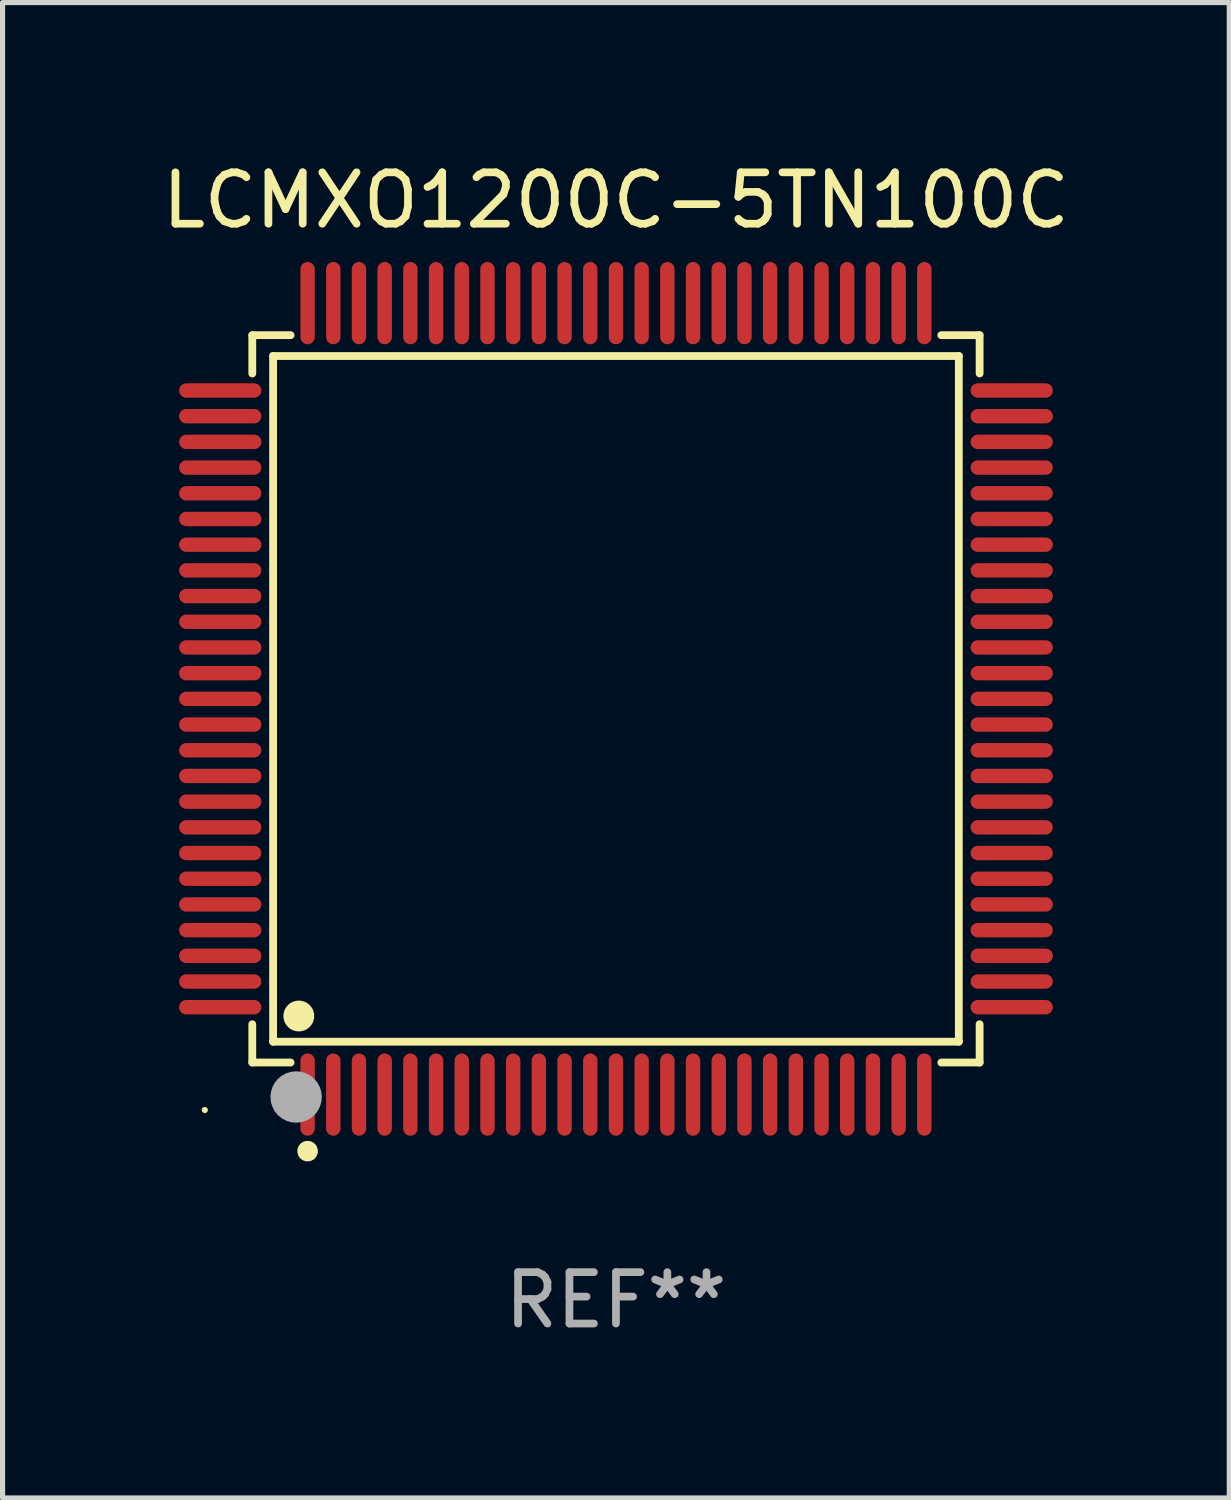
<source format=kicad_pcb>
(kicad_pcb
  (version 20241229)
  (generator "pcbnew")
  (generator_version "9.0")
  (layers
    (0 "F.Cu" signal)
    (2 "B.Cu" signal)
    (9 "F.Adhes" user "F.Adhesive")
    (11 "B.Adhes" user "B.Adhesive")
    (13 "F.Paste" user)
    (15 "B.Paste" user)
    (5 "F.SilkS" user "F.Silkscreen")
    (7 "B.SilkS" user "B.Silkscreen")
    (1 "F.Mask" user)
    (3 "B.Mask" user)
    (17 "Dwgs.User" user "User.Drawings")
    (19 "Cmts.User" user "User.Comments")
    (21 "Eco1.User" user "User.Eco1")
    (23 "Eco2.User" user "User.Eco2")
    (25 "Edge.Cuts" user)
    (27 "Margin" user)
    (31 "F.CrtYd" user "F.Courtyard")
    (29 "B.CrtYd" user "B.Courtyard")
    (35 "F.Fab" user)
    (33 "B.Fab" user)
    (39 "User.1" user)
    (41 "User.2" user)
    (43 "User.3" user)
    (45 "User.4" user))
  (footprint "LCMXO1200C-5TN100C"
    (layer "F.Cu")
    (at 8.935 10.548)
    (property "Reference" "LCMXO1200C-5TN100C" (at 0 -9.7 0) (layer "F.SilkS") (effects (font (size 1 1) (thickness 0.15))))
    (attr through_hole)
    (fp_line (start -7.076 -7.076) (end -6.331 -7.076) (stroke (width 0.152) (type solid)) (layer "F.SilkS"))
    (fp_line (start -7.076 -6.331) (end -7.076 -7.076) (stroke (width 0.152) (type solid)) (layer "F.SilkS"))
    (fp_line (start -7.076 6.331) (end -7.076 7.076) (stroke (width 0.152) (type solid)) (layer "F.SilkS"))
    (fp_line (start -7.076 7.076) (end -6.331 7.076) (stroke (width 0.152) (type solid)) (layer "F.SilkS"))
    (fp_line (start -6.671 -6.671) (end 6.671 -6.671) (stroke (width 0.152) (type solid)) (layer "F.SilkS"))
    (fp_line (start -6.671 6.671) (end -6.671 -6.671) (stroke (width 0.152) (type solid)) (layer "F.SilkS"))
    (fp_line (start 6.671 -6.671) (end 6.671 6.671) (stroke (width 0.152) (type solid)) (layer "F.SilkS"))
    (fp_line (start 6.671 6.671) (end -6.671 6.671) (stroke (width 0.152) (type solid)) (layer "F.SilkS"))
    (fp_line (start 7.076 -7.076) (end 6.331 -7.076) (stroke (width 0.152) (type solid)) (layer "F.SilkS"))
    (fp_line (start 7.076 -6.331) (end 7.076 -7.076) (stroke (width 0.152) (type solid)) (layer "F.SilkS"))
    (fp_line (start 7.076 6.331) (end 7.076 7.076) (stroke (width 0.152) (type solid)) (layer "F.SilkS"))
    (fp_line (start 7.076 7.076) (end 6.331 7.076) (stroke (width 0.152) (type solid)) (layer "F.SilkS"))
    (fp_circle (center -8 8) (end -7.97 8) (stroke (width 0.06) (type solid)) (fill no) (layer "F.SilkS"))
    (fp_circle (center -6.171 6.171) (end -6.021 6.171) (stroke (width 0.3) (type solid)) (fill no) (layer "F.SilkS"))
    (fp_circle (center -6 8.8) (end -5.9 8.8) (stroke (width 0.2) (type solid)) (fill no) (layer "F.SilkS"))
    (fp_circle (center -6.223 7.747) (end -5.973 7.747) (stroke (width 0.5) (type solid)) (fill no) (layer "F.Fab"))
    (fp_text user "REF**" (at 0 11.7 0) (layer "F.Fab") (effects (font (size 1 1) (thickness 0.15))))
    (pad "1" smd oval (at -6 7.7) (size 0.28 1.6) (layers "F.Cu" "F.Mask" "F.Paste"))
    (pad "2" smd oval (at -5.5 7.7) (size 0.28 1.6) (layers "F.Cu" "F.Mask" "F.Paste"))
    (pad "3" smd oval (at -5 7.7) (size 0.28 1.6) (layers "F.Cu" "F.Mask" "F.Paste"))
    (pad "4" smd oval (at -4.5 7.7) (size 0.28 1.6) (layers "F.Cu" "F.Mask" "F.Paste"))
    (pad "5" smd oval (at -4 7.7) (size 0.28 1.6) (layers "F.Cu" "F.Mask" "F.Paste"))
    (pad "6" smd oval (at -3.5 7.7) (size 0.28 1.6) (layers "F.Cu" "F.Mask" "F.Paste"))
    (pad "7" smd oval (at -3 7.7) (size 0.28 1.6) (layers "F.Cu" "F.Mask" "F.Paste"))
    (pad "8" smd oval (at -2.5 7.7) (size 0.28 1.6) (layers "F.Cu" "F.Mask" "F.Paste"))
    (pad "9" smd oval (at -2 7.7) (size 0.28 1.6) (layers "F.Cu" "F.Mask" "F.Paste"))
    (pad "10" smd oval (at -1.5 7.7) (size 0.28 1.6) (layers "F.Cu" "F.Mask" "F.Paste"))
    (pad "11" smd oval (at -1 7.7) (size 0.28 1.6) (layers "F.Cu" "F.Mask" "F.Paste"))
    (pad "12" smd oval (at -0.5 7.7) (size 0.28 1.6) (layers "F.Cu" "F.Mask" "F.Paste"))
    (pad "13" smd oval (at 0 7.7) (size 0.28 1.6) (layers "F.Cu" "F.Mask" "F.Paste"))
    (pad "14" smd oval (at 0.5 7.7) (size 0.28 1.6) (layers "F.Cu" "F.Mask" "F.Paste"))
    (pad "15" smd oval (at 1 7.7) (size 0.28 1.6) (layers "F.Cu" "F.Mask" "F.Paste"))
    (pad "16" smd oval (at 1.5 7.7) (size 0.28 1.6) (layers "F.Cu" "F.Mask" "F.Paste"))
    (pad "17" smd oval (at 2 7.7) (size 0.28 1.6) (layers "F.Cu" "F.Mask" "F.Paste"))
    (pad "18" smd oval (at 2.5 7.7) (size 0.28 1.6) (layers "F.Cu" "F.Mask" "F.Paste"))
    (pad "19" smd oval (at 3 7.7) (size 0.28 1.6) (layers "F.Cu" "F.Mask" "F.Paste"))
    (pad "20" smd oval (at 3.5 7.7) (size 0.28 1.6) (layers "F.Cu" "F.Mask" "F.Paste"))
    (pad "21" smd oval (at 4 7.7) (size 0.28 1.6) (layers "F.Cu" "F.Mask" "F.Paste"))
    (pad "22" smd oval (at 4.5 7.7) (size 0.28 1.6) (layers "F.Cu" "F.Mask" "F.Paste"))
    (pad "23" smd oval (at 5 7.7) (size 0.28 1.6) (layers "F.Cu" "F.Mask" "F.Paste"))
    (pad "24" smd oval (at 5.5 7.7) (size 0.28 1.6) (layers "F.Cu" "F.Mask" "F.Paste"))
    (pad "25" smd oval (at 6 7.7) (size 0.28 1.6) (layers "F.Cu" "F.Mask" "F.Paste"))
    (pad "26" smd oval (at 7.7 6) (size 1.6 0.28) (layers "F.Cu" "F.Mask" "F.Paste"))
    (pad "27" smd oval (at 7.7 5.5) (size 1.6 0.28) (layers "F.Cu" "F.Mask" "F.Paste"))
    (pad "28" smd oval (at 7.7 5) (size 1.6 0.28) (layers "F.Cu" "F.Mask" "F.Paste"))
    (pad "29" smd oval (at 7.7 4.5) (size 1.6 0.28) (layers "F.Cu" "F.Mask" "F.Paste"))
    (pad "30" smd oval (at 7.7 4) (size 1.6 0.28) (layers "F.Cu" "F.Mask" "F.Paste"))
    (pad "31" smd oval (at 7.7 3.5) (size 1.6 0.28) (layers "F.Cu" "F.Mask" "F.Paste"))
    (pad "32" smd oval (at 7.7 3) (size 1.6 0.28) (layers "F.Cu" "F.Mask" "F.Paste"))
    (pad "33" smd oval (at 7.7 2.5) (size 1.6 0.28) (layers "F.Cu" "F.Mask" "F.Paste"))
    (pad "34" smd oval (at 7.7 2) (size 1.6 0.28) (layers "F.Cu" "F.Mask" "F.Paste"))
    (pad "35" smd oval (at 7.7 1.5) (size 1.6 0.28) (layers "F.Cu" "F.Mask" "F.Paste"))
    (pad "36" smd oval (at 7.7 1) (size 1.6 0.28) (layers "F.Cu" "F.Mask" "F.Paste"))
    (pad "37" smd oval (at 7.7 0.5) (size 1.6 0.28) (layers "F.Cu" "F.Mask" "F.Paste"))
    (pad "38" smd oval (at 7.7 0) (size 1.6 0.28) (layers "F.Cu" "F.Mask" "F.Paste"))
    (pad "39" smd oval (at 7.7 -0.5) (size 1.6 0.28) (layers "F.Cu" "F.Mask" "F.Paste"))
    (pad "40" smd oval (at 7.7 -1) (size 1.6 0.28) (layers "F.Cu" "F.Mask" "F.Paste"))
    (pad "41" smd oval (at 7.7 -1.5) (size 1.6 0.28) (layers "F.Cu" "F.Mask" "F.Paste"))
    (pad "42" smd oval (at 7.7 -2) (size 1.6 0.28) (layers "F.Cu" "F.Mask" "F.Paste"))
    (pad "43" smd oval (at 7.7 -2.5) (size 1.6 0.28) (layers "F.Cu" "F.Mask" "F.Paste"))
    (pad "44" smd oval (at 7.7 -3) (size 1.6 0.28) (layers "F.Cu" "F.Mask" "F.Paste"))
    (pad "45" smd oval (at 7.7 -3.5) (size 1.6 0.28) (layers "F.Cu" "F.Mask" "F.Paste"))
    (pad "46" smd oval (at 7.7 -4) (size 1.6 0.28) (layers "F.Cu" "F.Mask" "F.Paste"))
    (pad "47" smd oval (at 7.7 -4.5) (size 1.6 0.28) (layers "F.Cu" "F.Mask" "F.Paste"))
    (pad "48" smd oval (at 7.7 -5) (size 1.6 0.28) (layers "F.Cu" "F.Mask" "F.Paste"))
    (pad "49" smd oval (at 7.7 -5.5) (size 1.6 0.28) (layers "F.Cu" "F.Mask" "F.Paste"))
    (pad "50" smd oval (at 7.7 -6) (size 1.6 0.28) (layers "F.Cu" "F.Mask" "F.Paste"))
    (pad "51" smd oval (at 6 -7.7) (size 0.28 1.6) (layers "F.Cu" "F.Mask" "F.Paste"))
    (pad "52" smd oval (at 5.5 -7.7) (size 0.28 1.6) (layers "F.Cu" "F.Mask" "F.Paste"))
    (pad "53" smd oval (at 5 -7.7) (size 0.28 1.6) (layers "F.Cu" "F.Mask" "F.Paste"))
    (pad "54" smd oval (at 4.5 -7.7) (size 0.28 1.6) (layers "F.Cu" "F.Mask" "F.Paste"))
    (pad "55" smd oval (at 4 -7.7) (size 0.28 1.6) (layers "F.Cu" "F.Mask" "F.Paste"))
    (pad "56" smd oval (at 3.5 -7.7) (size 0.28 1.6) (layers "F.Cu" "F.Mask" "F.Paste"))
    (pad "57" smd oval (at 3 -7.7) (size 0.28 1.6) (layers "F.Cu" "F.Mask" "F.Paste"))
    (pad "58" smd oval (at 2.5 -7.7) (size 0.28 1.6) (layers "F.Cu" "F.Mask" "F.Paste"))
    (pad "59" smd oval (at 2 -7.7) (size 0.28 1.6) (layers "F.Cu" "F.Mask" "F.Paste"))
    (pad "60" smd oval (at 1.5 -7.7) (size 0.28 1.6) (layers "F.Cu" "F.Mask" "F.Paste"))
    (pad "61" smd oval (at 1 -7.7) (size 0.28 1.6) (layers "F.Cu" "F.Mask" "F.Paste"))
    (pad "62" smd oval (at 0.5 -7.7) (size 0.28 1.6) (layers "F.Cu" "F.Mask" "F.Paste"))
    (pad "63" smd oval (at 0 -7.7) (size 0.28 1.6) (layers "F.Cu" "F.Mask" "F.Paste"))
    (pad "64" smd oval (at -0.5 -7.7) (size 0.28 1.6) (layers "F.Cu" "F.Mask" "F.Paste"))
    (pad "65" smd oval (at -1 -7.7) (size 0.28 1.6) (layers "F.Cu" "F.Mask" "F.Paste"))
    (pad "66" smd oval (at -1.5 -7.7) (size 0.28 1.6) (layers "F.Cu" "F.Mask" "F.Paste"))
    (pad "67" smd oval (at -2 -7.7) (size 0.28 1.6) (layers "F.Cu" "F.Mask" "F.Paste"))
    (pad "68" smd oval (at -2.5 -7.7) (size 0.28 1.6) (layers "F.Cu" "F.Mask" "F.Paste"))
    (pad "69" smd oval (at -3 -7.7) (size 0.28 1.6) (layers "F.Cu" "F.Mask" "F.Paste"))
    (pad "70" smd oval (at -3.5 -7.7) (size 0.28 1.6) (layers "F.Cu" "F.Mask" "F.Paste"))
    (pad "71" smd oval (at -4 -7.7) (size 0.28 1.6) (layers "F.Cu" "F.Mask" "F.Paste"))
    (pad "72" smd oval (at -4.5 -7.7) (size 0.28 1.6) (layers "F.Cu" "F.Mask" "F.Paste"))
    (pad "73" smd oval (at -5 -7.7) (size 0.28 1.6) (layers "F.Cu" "F.Mask" "F.Paste"))
    (pad "74" smd oval (at -5.5 -7.7) (size 0.28 1.6) (layers "F.Cu" "F.Mask" "F.Paste"))
    (pad "75" smd oval (at -6 -7.7) (size 0.28 1.6) (layers "F.Cu" "F.Mask" "F.Paste"))
    (pad "76" smd oval (at -7.7 -6) (size 1.6 0.28) (layers "F.Cu" "F.Mask" "F.Paste"))
    (pad "77" smd oval (at -7.7 -5.5) (size 1.6 0.28) (layers "F.Cu" "F.Mask" "F.Paste"))
    (pad "78" smd oval (at -7.7 -5) (size 1.6 0.28) (layers "F.Cu" "F.Mask" "F.Paste"))
    (pad "79" smd oval (at -7.7 -4.5) (size 1.6 0.28) (layers "F.Cu" "F.Mask" "F.Paste"))
    (pad "80" smd oval (at -7.7 -4) (size 1.6 0.28) (layers "F.Cu" "F.Mask" "F.Paste"))
    (pad "81" smd oval (at -7.7 -3.5) (size 1.6 0.28) (layers "F.Cu" "F.Mask" "F.Paste"))
    (pad "82" smd oval (at -7.7 -3) (size 1.6 0.28) (layers "F.Cu" "F.Mask" "F.Paste"))
    (pad "83" smd oval (at -7.7 -2.5) (size 1.6 0.28) (layers "F.Cu" "F.Mask" "F.Paste"))
    (pad "84" smd oval (at -7.7 -2) (size 1.6 0.28) (layers "F.Cu" "F.Mask" "F.Paste"))
    (pad "85" smd oval (at -7.7 -1.5) (size 1.6 0.28) (layers "F.Cu" "F.Mask" "F.Paste"))
    (pad "86" smd oval (at -7.7 -1) (size 1.6 0.28) (layers "F.Cu" "F.Mask" "F.Paste"))
    (pad "87" smd oval (at -7.7 -0.5) (size 1.6 0.28) (layers "F.Cu" "F.Mask" "F.Paste"))
    (pad "88" smd oval (at -7.7 0) (size 1.6 0.28) (layers "F.Cu" "F.Mask" "F.Paste"))
    (pad "89" smd oval (at -7.7 0.5) (size 1.6 0.28) (layers "F.Cu" "F.Mask" "F.Paste"))
    (pad "90" smd oval (at -7.7 1) (size 1.6 0.28) (layers "F.Cu" "F.Mask" "F.Paste"))
    (pad "91" smd oval (at -7.7 1.5) (size 1.6 0.28) (layers "F.Cu" "F.Mask" "F.Paste"))
    (pad "92" smd oval (at -7.7 2) (size 1.6 0.28) (layers "F.Cu" "F.Mask" "F.Paste"))
    (pad "93" smd oval (at -7.7 2.5) (size 1.6 0.28) (layers "F.Cu" "F.Mask" "F.Paste"))
    (pad "94" smd oval (at -7.7 3) (size 1.6 0.28) (layers "F.Cu" "F.Mask" "F.Paste"))
    (pad "95" smd oval (at -7.7 3.5) (size 1.6 0.28) (layers "F.Cu" "F.Mask" "F.Paste"))
    (pad "96" smd oval (at -7.7 4) (size 1.6 0.28) (layers "F.Cu" "F.Mask" "F.Paste"))
    (pad "97" smd oval (at -7.7 4.5) (size 1.6 0.28) (layers "F.Cu" "F.Mask" "F.Paste"))
    (pad "98" smd oval (at -7.7 5) (size 1.6 0.28) (layers "F.Cu" "F.Mask" "F.Paste"))
    (pad "99" smd oval (at -7.7 5.5) (size 1.6 0.28) (layers "F.Cu" "F.Mask" "F.Paste"))
    (pad "100" smd oval (at -7.7 6) (size 1.6 0.28) (layers "F.Cu" "F.Mask" "F.Paste")))
  (gr_rect
    (start -3 -3)
    (end 20.869 26.097)
    (stroke (width 0.1) (type default))
    (fill no)
    (layer "Edge.Cuts")))
</source>
